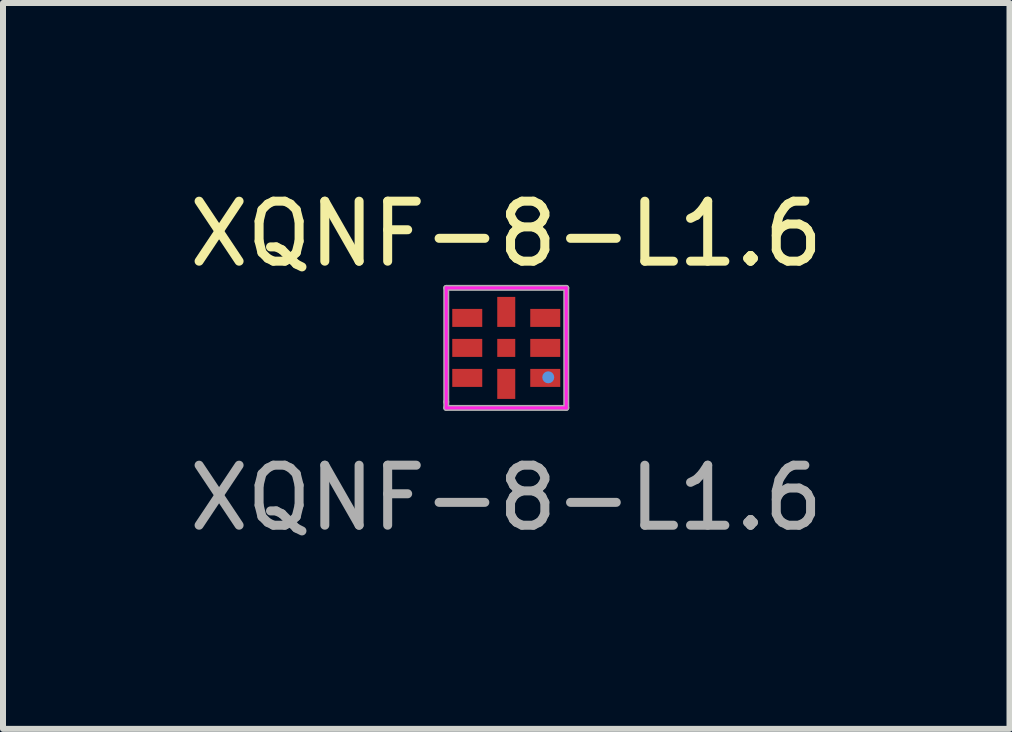
<source format=kicad_pcb>
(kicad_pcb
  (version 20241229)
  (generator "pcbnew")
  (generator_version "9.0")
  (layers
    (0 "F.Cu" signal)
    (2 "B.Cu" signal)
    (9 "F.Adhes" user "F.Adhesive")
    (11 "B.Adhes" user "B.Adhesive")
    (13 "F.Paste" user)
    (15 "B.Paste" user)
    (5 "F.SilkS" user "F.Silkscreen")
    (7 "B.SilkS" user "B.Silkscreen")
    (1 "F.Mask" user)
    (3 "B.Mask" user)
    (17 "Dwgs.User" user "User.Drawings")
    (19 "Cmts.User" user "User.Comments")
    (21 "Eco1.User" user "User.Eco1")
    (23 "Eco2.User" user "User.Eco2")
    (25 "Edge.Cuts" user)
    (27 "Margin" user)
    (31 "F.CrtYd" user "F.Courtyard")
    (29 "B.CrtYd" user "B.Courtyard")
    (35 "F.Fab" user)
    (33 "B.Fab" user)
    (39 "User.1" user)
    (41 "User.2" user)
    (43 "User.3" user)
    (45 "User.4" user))
  (footprint "XQNF-8-L1.6"
    (layer "F.Cu")
    (at 5.387 2.748)
    (property "Reference" "XQNF-8-L1.6" (at 0 -1.9 0) (unlocked yes) (layer "F.SilkS") (effects (font (size 1 1) (thickness 0.15))))
    (attr smd)
    (fp_circle (center 0.7 0.49) (end 0.7 0.54) (stroke (width 0.1) (type solid)) (fill no) (layer "Cmts.User"))
    (fp_line (start -1 -1) (end -1 1) (stroke (width 0.05) (type solid)) (layer "F.CrtYd"))
    (fp_line (start -1 1) (end 1 1) (stroke (width 0.05) (type solid)) (layer "F.CrtYd"))
    (fp_line (start 1 -1) (end -1 -1) (stroke (width 0.05) (type solid)) (layer "F.CrtYd"))
    (fp_line (start 1 1) (end 1 -1) (stroke (width 0.05) (type solid)) (layer "F.CrtYd"))
    (fp_line (start -1 -1) (end 1 -1) (stroke (width 0.1) (type solid)) (layer "F.Fab"))
    (fp_line (start -1 0.9) (end -1 -1) (stroke (width 0.1) (type solid)) (layer "F.Fab"))
    (fp_line (start -1 1) (end -1 0.9) (stroke (width 0.1) (type solid)) (layer "F.Fab"))
    (fp_line (start 1 -1) (end 1 1) (stroke (width 0.1) (type solid)) (layer "F.Fab"))
    (fp_line (start 1 1) (end -1 1) (stroke (width 0.1) (type solid)) (layer "F.Fab"))
    (fp_text user "${REFERENCE}" (at 0 2.5 0) (unlocked yes) (layer "F.Fab") (effects (font (size 1 1) (thickness 0.15))))
    (pad "1" smd rect (at 0.65 0.5 180) (size 0.5 0.3) (layers "F.Cu" "F.Mask" "F.Paste"))
    (pad "2" smd rect (at 0.65 -0.000002 180) (size 0.5 0.3) (layers "F.Cu" "F.Mask" "F.Paste"))
    (pad "3" smd rect (at 0.65 -0.5 180) (size 0.5 0.3) (layers "F.Cu" "F.Mask" "F.Paste"))
    (pad "4" smd rect (at 0.000023 -0.6 270) (size 0.5 0.3) (layers "F.Cu" "F.Mask" "F.Paste"))
    (pad "5" smd rect (at -0.65 -0.5 180) (size 0.5 0.3) (layers "F.Cu" "F.Mask" "F.Paste"))
    (pad "6" smd rect (at -0.65 -0.000002 180) (size 0.5 0.3) (layers "F.Cu" "F.Mask" "F.Paste"))
    (pad "7" smd rect (at -0.65 0.5 180) (size 0.5 0.3) (layers "F.Cu" "F.Mask" "F.Paste"))
    (pad "8" smd rect (at 0.000023 0.6 270) (size 0.5 0.3) (layers "F.Cu" "F.Mask" "F.Paste"))
    (pad "9" smd rect (at 0.000023 -0.000002 270) (size 0.3 0.3) (layers "F.Cu" "F.Mask" "F.Paste")))
  (gr_rect
    (start -3 -3)
    (end 13.774 9.097)
    (stroke (width 0.1) (type default))
    (fill no)
    (layer "Edge.Cuts")))
</source>
